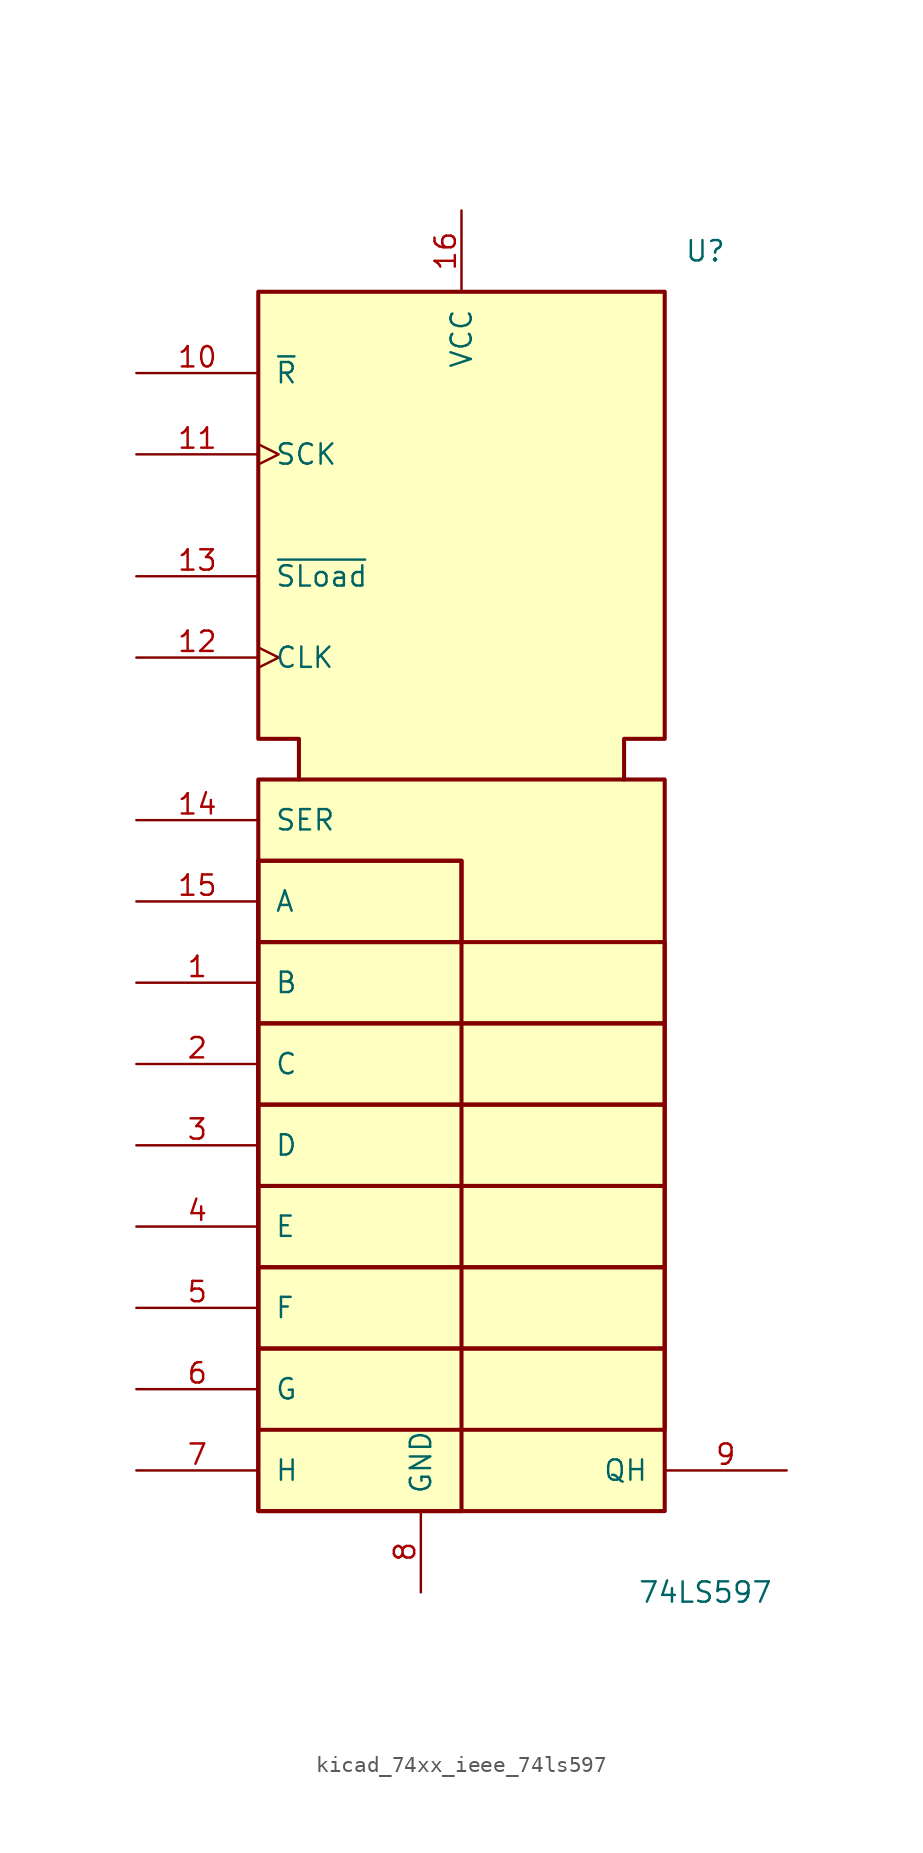
<source format=kicad_sym>
(kicad_symbol_lib
  (version 20220914)
  (generator kicad_symbol_editor)
  (symbol "kicad_74xx_ieee_74ls597"
    (pin_names
      (offset 1.016))
    (property "Reference" "U"
      (at 15.24 43.18 0)
      (effects (font (size 1.27 1.27))))
    (property "Value" "74LS597"
      (at 15.24 -40.64 0)
      (effects (font (size 1.27 1.27))))
    (symbol "kicad_74xx_ieee_74ls597_0_0"
      (rectangle (start -12.7 -30.48) (end -12.7 -30.48) (stroke (width 0.254) (type default)) (fill (type background)))
      (rectangle (start -12.7 -25.4) (end 12.7 -30.48) (stroke (width 0.254) (type default)) (fill (type background)))
      (rectangle (start -12.7 -20.32) (end 12.7 -25.4) (stroke (width 0.254) (type default)) (fill (type background)))
      (rectangle (start -12.7 -15.24) (end 12.7 -20.32) (stroke (width 0.254) (type default)) (fill (type background)))
      (rectangle (start -12.7 -10.16) (end 12.7 -15.24) (stroke (width 0.254) (type default)) (fill (type background)))
      (rectangle (start -12.7 -5.08) (end 12.7 -10.16) (stroke (width 0.254) (type default)) (fill (type background)))
      (rectangle (start -12.7 0) (end 12.7 -5.08) (stroke (width 0.254) (type default)) (fill (type background)))
      (rectangle (start -12.7 5.08) (end 0 -35.56) (stroke (width 0.254) (type default)) (fill (type background)))
      (rectangle (start -12.7 5.08) (end 0 0) (stroke (width 0.254) (type default)) (fill (type background)))
      (rectangle (start -12.7 10.16) (end 12.7 -35.56) (stroke (width 0.254) (type default)) (fill (type background)))
      (polyline (pts (xy -10.16 10.16) (xy -10.16 12.7) (xy -12.7 12.7) (xy -12.7 40.64) (xy 12.7 40.64) (xy 12.7 12.7) (xy 10.16 12.7) (xy 10.16 10.16) (xy 10.16 10.16)) (stroke (width 0.254) (type default)) (fill (type background))))
    (symbol "kicad_74xx_ieee_74ls597_0_1"
      (pin power_in line (at -2.54 -40.64 90) (length 5.08) (name "GND" (effects (font (size 1.27 1.27)))) (number "8" (effects (font (size 1.27 1.27))))))
    (symbol "kicad_74xx_ieee_74ls597_1_1"
      (pin input line (at -20.32 -2.54 0) (length 7.62) (name "B" (effects (font (size 1.27 1.27)))) (number "1" (effects (font (size 1.27 1.27)))))
      (pin input line (at -20.32 35.56 0) (length 7.62) (name "~{R}" (effects (font (size 1.27 1.27)))) (number "10" (effects (font (size 1.27 1.27)))))
      (pin input clock (at -20.32 30.48 0) (length 7.62) (name "SCK" (effects (font (size 1.27 1.27)))) (number "11" (effects (font (size 1.27 1.27)))))
      (pin input clock (at -20.32 17.78 0) (length 7.62) (name "CLK" (effects (font (size 1.27 1.27)))) (number "12" (effects (font (size 1.27 1.27)))))
      (pin input line (at -20.32 22.86 0) (length 7.62) (name "~{SLoad}" (effects (font (size 1.27 1.27)))) (number "13" (effects (font (size 1.27 1.27)))))
      (pin input line (at -20.32 7.62 0) (length 7.62) (name "SER" (effects (font (size 1.27 1.27)))) (number "14" (effects (font (size 1.27 1.27)))))
      (pin input line (at -20.32 2.54 0) (length 7.62) (name "A" (effects (font (size 1.27 1.27)))) (number "15" (effects (font (size 1.27 1.27)))))
      (pin power_in line (at 0 45.72 270) (length 5.08) (name "VCC" (effects (font (size 1.27 1.27)))) (number "16" (effects (font (size 1.27 1.27)))))
      (pin input line (at -20.32 -7.62 0) (length 7.62) (name "C" (effects (font (size 1.27 1.27)))) (number "2" (effects (font (size 1.27 1.27)))))
      (pin input line (at -20.32 -12.7 0) (length 7.62) (name "D" (effects (font (size 1.27 1.27)))) (number "3" (effects (font (size 1.27 1.27)))))
      (pin input line (at -20.32 -17.78 0) (length 7.62) (name "E" (effects (font (size 1.27 1.27)))) (number "4" (effects (font (size 1.27 1.27)))))
      (pin input line (at -20.32 -22.86 0) (length 7.62) (name "F" (effects (font (size 1.27 1.27)))) (number "5" (effects (font (size 1.27 1.27)))))
      (pin input line (at -20.32 -27.94 0) (length 7.62) (name "G" (effects (font (size 1.27 1.27)))) (number "6" (effects (font (size 1.27 1.27)))))
      (pin input line (at -20.32 -33.02 0) (length 7.62) (name "H" (effects (font (size 1.27 1.27)))) (number "7" (effects (font (size 1.27 1.27)))))
      (pin tri_state line (at 20.32 -33.02 180) (length 7.62) (name "QH" (effects (font (size 1.27 1.27)))) (number "9" (effects (font (size 1.27 1.27))))))))
</source>
